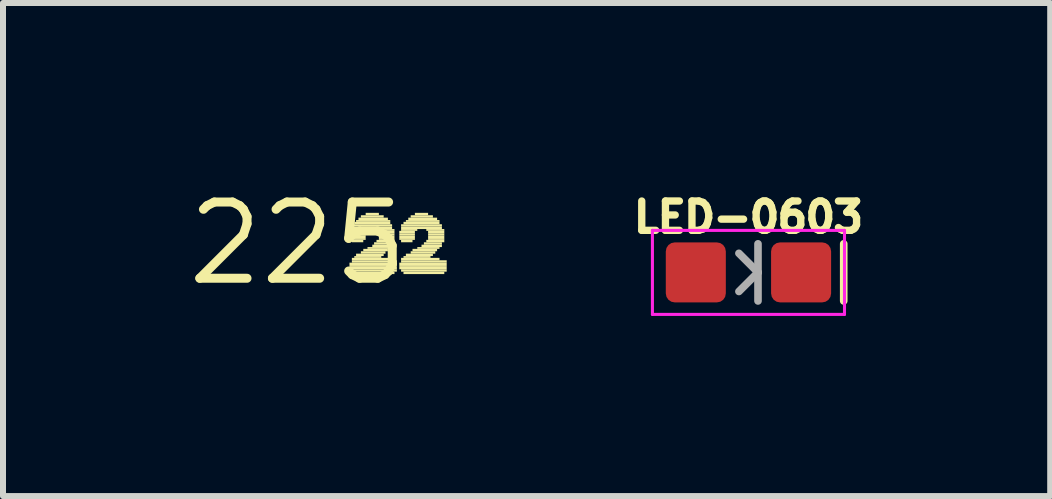
<source format=kicad_pcb>
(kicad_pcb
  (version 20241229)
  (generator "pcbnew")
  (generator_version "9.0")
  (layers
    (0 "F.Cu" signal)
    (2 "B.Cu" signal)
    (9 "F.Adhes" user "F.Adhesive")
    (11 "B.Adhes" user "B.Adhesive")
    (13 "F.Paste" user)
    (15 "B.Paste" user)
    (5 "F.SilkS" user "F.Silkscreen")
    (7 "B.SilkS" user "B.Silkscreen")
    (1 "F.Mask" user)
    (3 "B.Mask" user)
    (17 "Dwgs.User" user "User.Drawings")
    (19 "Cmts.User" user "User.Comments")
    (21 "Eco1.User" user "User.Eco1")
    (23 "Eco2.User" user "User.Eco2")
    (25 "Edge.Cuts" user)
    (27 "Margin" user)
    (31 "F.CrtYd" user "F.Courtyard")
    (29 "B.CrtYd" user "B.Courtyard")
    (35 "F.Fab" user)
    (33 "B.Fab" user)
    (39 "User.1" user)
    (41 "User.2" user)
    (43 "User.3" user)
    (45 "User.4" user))
  (footprint "225"
    (layer "F.Cu")
    (at 1.912 1.006)
    (property "Reference" "225" (at 0 0 0) (layer "F.SilkS") (effects (font (size 1.27 1.27) (thickness 0.15))))
    (fp_poly (pts (xy 0.86 -0.17) (xy 1.13 -0.17) (xy 1.13 -0.21) (xy 0.86 -0.21)) (stroke (width 0) (type default)) (fill yes) (layer "F.SilkS"))
    (fp_poly (pts (xy 0.86 -0.13) (xy 1.13 -0.13) (xy 1.13 -0.17) (xy 0.86 -0.17)) (stroke (width 0) (type default)) (fill yes) (layer "F.SilkS"))
    (fp_poly (pts (xy 0.86 -0.09) (xy 1.13 -0.09) (xy 1.13 -0.13) (xy 0.86 -0.13)) (stroke (width 0) (type default)) (fill yes) (layer "F.SilkS"))
    (fp_poly (pts (xy 0.86 -0.06) (xy 1.13 -0.06) (xy 1.13 -0.09) (xy 0.86 -0.09)) (stroke (width 0) (type default)) (fill yes) (layer "F.SilkS"))
    (fp_poly (pts (xy 0.86 0.36) (xy 1.65 0.36) (xy 1.65 0.32) (xy 0.86 0.32)) (stroke (width 0) (type default)) (fill yes) (layer "F.SilkS"))
    (fp_poly (pts (xy 0.86 0.39) (xy 1.65 0.39) (xy 1.65 0.36) (xy 0.86 0.36)) (stroke (width 0) (type default)) (fill yes) (layer "F.SilkS"))
    (fp_poly (pts (xy 0.86 0.43) (xy 1.65 0.43) (xy 1.65 0.39) (xy 0.86 0.39)) (stroke (width 0) (type default)) (fill yes) (layer "F.SilkS"))
    (fp_poly (pts (xy 0.9 -0.28) (xy 1.57 -0.28) (xy 1.57 -0.32) (xy 0.9 -0.32)) (stroke (width 0) (type default)) (fill yes) (layer "F.SilkS"))
    (fp_poly (pts (xy 0.9 -0.24) (xy 1.57 -0.24) (xy 1.57 -0.28) (xy 0.9 -0.28)) (stroke (width 0) (type default)) (fill yes) (layer "F.SilkS"))
    (fp_poly (pts (xy 0.9 -0.21) (xy 1.16 -0.21) (xy 1.16 -0.24) (xy 0.9 -0.24)) (stroke (width 0) (type default)) (fill yes) (layer "F.SilkS"))
    (fp_poly (pts (xy 0.9 -0.02) (xy 1.09 -0.02) (xy 1.09 -0.06) (xy 0.9 -0.06)) (stroke (width 0) (type default)) (fill yes) (layer "F.SilkS"))
    (fp_poly (pts (xy 0.9 0.28) (xy 1.54 0.28) (xy 1.54 0.24) (xy 0.9 0.24)) (stroke (width 0) (type default)) (fill yes) (layer "F.SilkS"))
    (fp_poly (pts (xy 0.9 0.32) (xy 1.65 0.32) (xy 1.65 0.28) (xy 0.9 0.28)) (stroke (width 0) (type default)) (fill yes) (layer "F.SilkS"))
    (fp_poly (pts (xy 0.9 0.47) (xy 1.65 0.47) (xy 1.65 0.43) (xy 0.9 0.43)) (stroke (width 0) (type default)) (fill yes) (layer "F.SilkS"))
    (fp_poly (pts (xy 0.94 -0.32) (xy 1.54 -0.32) (xy 1.54 -0.36) (xy 0.94 -0.36)) (stroke (width 0) (type default)) (fill yes) (layer "F.SilkS"))
    (fp_poly (pts (xy 0.94 0.24) (xy 1.39 0.24) (xy 1.39 0.21) (xy 0.94 0.21)) (stroke (width 0) (type default)) (fill yes) (layer "F.SilkS"))
    (fp_poly (pts (xy 0.94 0.51) (xy 1.61 0.51) (xy 1.61 0.47) (xy 0.94 0.47)) (stroke (width 0) (type default)) (fill yes) (layer "F.SilkS"))
    (fp_poly (pts (xy 0.97 -0.36) (xy 1.54 -0.36) (xy 1.54 -0.39) (xy 0.97 -0.39)) (stroke (width 0) (type default)) (fill yes) (layer "F.SilkS"))
    (fp_poly (pts (xy 0.97 0.21) (xy 1.43 0.21) (xy 1.43 0.17) (xy 0.97 0.17)) (stroke (width 0) (type default)) (fill yes) (layer "F.SilkS"))
    (fp_poly (pts (xy 1.01 -0.39) (xy 1.5 -0.39) (xy 1.5 -0.43) (xy 1.01 -0.43)) (stroke (width 0) (type default)) (fill yes) (layer "F.SilkS"))
    (fp_poly (pts (xy 1.05 -0.43) (xy 1.43 -0.43) (xy 1.43 -0.47) (xy 1.05 -0.47)) (stroke (width 0) (type default)) (fill yes) (layer "F.SilkS"))
    (fp_poly (pts (xy 1.05 0.17) (xy 1.46 0.17) (xy 1.46 0.13) (xy 1.05 0.13)) (stroke (width 0) (type default)) (fill yes) (layer "F.SilkS"))
    (fp_poly (pts (xy 1.09 0.13) (xy 1.5 0.13) (xy 1.5 0.09) (xy 1.09 0.09)) (stroke (width 0) (type default)) (fill yes) (layer "F.SilkS"))
    (fp_poly (pts (xy 1.13 -0.47) (xy 1.35 -0.47) (xy 1.35 -0.51) (xy 1.13 -0.51)) (stroke (width 0) (type default)) (fill yes) (layer "F.SilkS"))
    (fp_poly (pts (xy 1.16 0.09) (xy 1.54 0.09) (xy 1.54 0.06) (xy 1.16 0.06)) (stroke (width 0) (type default)) (fill yes) (layer "F.SilkS"))
    (fp_poly (pts (xy 1.24 0.06) (xy 1.57 0.06) (xy 1.57 0.02) (xy 1.24 0.02)) (stroke (width 0) (type default)) (fill yes) (layer "F.SilkS"))
    (fp_poly (pts (xy 1.27 0.02) (xy 1.57 0.02) (xy 1.57 -0.02) (xy 1.27 -0.02)) (stroke (width 0) (type default)) (fill yes) (layer "F.SilkS"))
    (fp_poly (pts (xy 1.31 -0.21) (xy 1.61 -0.21) (xy 1.61 -0.24) (xy 1.31 -0.24)) (stroke (width 0) (type default)) (fill yes) (layer "F.SilkS"))
    (fp_poly (pts (xy 1.31 -0.02) (xy 1.61 -0.02) (xy 1.61 -0.06) (xy 1.31 -0.06)) (stroke (width 0) (type default)) (fill yes) (layer "F.SilkS"))
    (fp_poly (pts (xy 1.35 -0.17) (xy 1.61 -0.17) (xy 1.61 -0.21) (xy 1.35 -0.21)) (stroke (width 0) (type default)) (fill yes) (layer "F.SilkS"))
    (fp_poly (pts (xy 1.35 -0.13) (xy 1.61 -0.13) (xy 1.61 -0.17) (xy 1.35 -0.17)) (stroke (width 0) (type default)) (fill yes) (layer "F.SilkS"))
    (fp_poly (pts (xy 1.35 -0.09) (xy 1.61 -0.09) (xy 1.61 -0.13) (xy 1.35 -0.13)) (stroke (width 0) (type default)) (fill yes) (layer "F.SilkS"))
    (fp_poly (pts (xy 1.35 -0.06) (xy 1.61 -0.06) (xy 1.61 -0.09) (xy 1.35 -0.09)) (stroke (width 0) (type default)) (fill yes) (layer "F.SilkS"))
    (fp_poly (pts (xy 1.69 -0.17) (xy 1.95 -0.17) (xy 1.95 -0.21) (xy 1.69 -0.21)) (stroke (width 0) (type default)) (fill yes) (layer "F.SilkS"))
    (fp_poly (pts (xy 1.69 -0.13) (xy 1.95 -0.13) (xy 1.95 -0.17) (xy 1.69 -0.17)) (stroke (width 0) (type default)) (fill yes) (layer "F.SilkS"))
    (fp_poly (pts (xy 1.69 -0.09) (xy 1.95 -0.09) (xy 1.95 -0.13) (xy 1.69 -0.13)) (stroke (width 0) (type default)) (fill yes) (layer "F.SilkS"))
    (fp_poly (pts (xy 1.69 -0.06) (xy 1.95 -0.06) (xy 1.95 -0.09) (xy 1.69 -0.09)) (stroke (width 0) (type default)) (fill yes) (layer "F.SilkS"))
    (fp_poly (pts (xy 1.69 0.36) (xy 2.48 0.36) (xy 2.48 0.32) (xy 1.69 0.32)) (stroke (width 0) (type default)) (fill yes) (layer "F.SilkS"))
    (fp_poly (pts (xy 1.69 0.39) (xy 2.48 0.39) (xy 2.48 0.36) (xy 1.69 0.36)) (stroke (width 0) (type default)) (fill yes) (layer "F.SilkS"))
    (fp_poly (pts (xy 1.69 0.43) (xy 2.48 0.43) (xy 2.48 0.39) (xy 1.69 0.39)) (stroke (width 0) (type default)) (fill yes) (layer "F.SilkS"))
    (fp_poly (pts (xy 1.72 -0.28) (xy 2.4 -0.28) (xy 2.4 -0.32) (xy 1.72 -0.32)) (stroke (width 0) (type default)) (fill yes) (layer "F.SilkS"))
    (fp_poly (pts (xy 1.72 -0.24) (xy 2.4 -0.24) (xy 2.4 -0.28) (xy 1.72 -0.28)) (stroke (width 0) (type default)) (fill yes) (layer "F.SilkS"))
    (fp_poly (pts (xy 1.72 -0.21) (xy 1.99 -0.21) (xy 1.99 -0.24) (xy 1.72 -0.24)) (stroke (width 0) (type default)) (fill yes) (layer "F.SilkS"))
    (fp_poly (pts (xy 1.72 -0.02) (xy 1.91 -0.02) (xy 1.91 -0.06) (xy 1.72 -0.06)) (stroke (width 0) (type default)) (fill yes) (layer "F.SilkS"))
    (fp_poly (pts (xy 1.72 0.28) (xy 2.36 0.28) (xy 2.36 0.24) (xy 1.72 0.24)) (stroke (width 0) (type default)) (fill yes) (layer "F.SilkS"))
    (fp_poly (pts (xy 1.72 0.32) (xy 2.48 0.32) (xy 2.48 0.28) (xy 1.72 0.28)) (stroke (width 0) (type default)) (fill yes) (layer "F.SilkS"))
    (fp_poly (pts (xy 1.72 0.47) (xy 2.48 0.47) (xy 2.48 0.43) (xy 1.72 0.43)) (stroke (width 0) (type default)) (fill yes) (layer "F.SilkS"))
    (fp_poly (pts (xy 1.76 -0.32) (xy 2.36 -0.32) (xy 2.36 -0.36) (xy 1.76 -0.36)) (stroke (width 0) (type default)) (fill yes) (layer "F.SilkS"))
    (fp_poly (pts (xy 1.76 0.24) (xy 2.21 0.24) (xy 2.21 0.21) (xy 1.76 0.21)) (stroke (width 0) (type default)) (fill yes) (layer "F.SilkS"))
    (fp_poly (pts (xy 1.76 0.51) (xy 2.44 0.51) (xy 2.44 0.47) (xy 1.76 0.47)) (stroke (width 0) (type default)) (fill yes) (layer "F.SilkS"))
    (fp_poly (pts (xy 1.8 -0.36) (xy 2.36 -0.36) (xy 2.36 -0.39) (xy 1.8 -0.39)) (stroke (width 0) (type default)) (fill yes) (layer "F.SilkS"))
    (fp_poly (pts (xy 1.8 0.21) (xy 2.25 0.21) (xy 2.25 0.17) (xy 1.8 0.17)) (stroke (width 0) (type default)) (fill yes) (layer "F.SilkS"))
    (fp_poly (pts (xy 1.84 -0.39) (xy 2.32 -0.39) (xy 2.32 -0.43) (xy 1.84 -0.43)) (stroke (width 0) (type default)) (fill yes) (layer "F.SilkS"))
    (fp_poly (pts (xy 1.88 -0.43) (xy 2.25 -0.43) (xy 2.25 -0.47) (xy 1.88 -0.47)) (stroke (width 0) (type default)) (fill yes) (layer "F.SilkS"))
    (fp_poly (pts (xy 1.88 0.17) (xy 2.29 0.17) (xy 2.29 0.13) (xy 1.88 0.13)) (stroke (width 0) (type default)) (fill yes) (layer "F.SilkS"))
    (fp_poly (pts (xy 1.91 0.13) (xy 2.32 0.13) (xy 2.32 0.09) (xy 1.91 0.09)) (stroke (width 0) (type default)) (fill yes) (layer "F.SilkS"))
    (fp_poly (pts (xy 1.95 -0.47) (xy 2.17 -0.47) (xy 2.17 -0.51) (xy 1.95 -0.51)) (stroke (width 0) (type default)) (fill yes) (layer "F.SilkS"))
    (fp_poly (pts (xy 1.99 0.09) (xy 2.36 0.09) (xy 2.36 0.06) (xy 1.99 0.06)) (stroke (width 0) (type default)) (fill yes) (layer "F.SilkS"))
    (fp_poly (pts (xy 2.06 0.06) (xy 2.4 0.06) (xy 2.4 0.02) (xy 2.06 0.02)) (stroke (width 0) (type default)) (fill yes) (layer "F.SilkS"))
    (fp_poly (pts (xy 2.1 0.02) (xy 2.4 0.02) (xy 2.4 -0.02) (xy 2.1 -0.02)) (stroke (width 0) (type default)) (fill yes) (layer "F.SilkS"))
    (fp_poly (pts (xy 2.14 -0.21) (xy 2.44 -0.21) (xy 2.44 -0.24) (xy 2.14 -0.24)) (stroke (width 0) (type default)) (fill yes) (layer "F.SilkS"))
    (fp_poly (pts (xy 2.14 -0.02) (xy 2.44 -0.02) (xy 2.44 -0.06) (xy 2.14 -0.06)) (stroke (width 0) (type default)) (fill yes) (layer "F.SilkS"))
    (fp_poly (pts (xy 2.17 -0.17) (xy 2.44 -0.17) (xy 2.44 -0.21) (xy 2.17 -0.21)) (stroke (width 0) (type default)) (fill yes) (layer "F.SilkS"))
    (fp_poly (pts (xy 2.17 -0.13) (xy 2.44 -0.13) (xy 2.44 -0.17) (xy 2.17 -0.17)) (stroke (width 0) (type default)) (fill yes) (layer "F.SilkS"))
    (fp_poly (pts (xy 2.17 -0.09) (xy 2.44 -0.09) (xy 2.44 -0.13) (xy 2.17 -0.13)) (stroke (width 0) (type default)) (fill yes) (layer "F.SilkS"))
    (fp_poly (pts (xy 2.17 -0.06) (xy 2.44 -0.06) (xy 2.44 -0.09) (xy 2.17 -0.09)) (stroke (width 0) (type default)) (fill yes) (layer "F.SilkS")))
  (footprint "LED-0603"
    (layer "F.Cu")
    (at 9.419 1.488)
    (property "Reference" "LED-0603" (at 0 -0.635 0) (layer "F.SilkS") (effects (font (size 0.488 0.488) (thickness 0.122)) (justify bottom)))
    (fp_line (start 1.587 -0.476) (end 1.587 0.476) (stroke (width 0.127) (type solid)) (layer "F.SilkS"))
    (fp_line (start -1.6 -0.7) (end 1.6 -0.7) (stroke (width 0.051) (type solid)) (layer "F.CrtYd"))
    (fp_line (start -1.6 0.7) (end -1.6 -0.7) (stroke (width 0.051) (type solid)) (layer "F.CrtYd"))
    (fp_line (start 1.6 -0.7) (end 1.6 0.7) (stroke (width 0.051) (type solid)) (layer "F.CrtYd"))
    (fp_line (start 1.6 0.7) (end -1.6 0.7) (stroke (width 0.051) (type solid)) (layer "F.CrtYd"))
    (fp_line (start 0.159 -0.476) (end 0.159 0) (stroke (width 0.127) (type solid)) (layer "F.Fab"))
    (fp_line (start 0.159 0) (end -0.159 -0.318) (stroke (width 0.127) (type solid)) (layer "F.Fab"))
    (fp_line (start 0.159 0) (end -0.159 0.318) (stroke (width 0.127) (type solid)) (layer "F.Fab"))
    (fp_line (start 0.159 0) (end 0.159 0.476) (stroke (width 0.127) (type solid)) (layer "F.Fab"))
    (pad "A" smd roundrect (at -0.877 0 270) (size 1 1) (layers "F.Cu" "F.Mask" "F.Paste") (roundrect_rratio 0.15))
    (pad "C" smd roundrect (at 0.877 0 270) (size 1 1) (layers "F.Cu" "F.Mask" "F.Paste") (roundrect_rratio 0.15)))
  (gr_rect
    (start -3 -3)
    (end 14.446 5.214)
    (stroke (width 0.1) (type default))
    (fill no)
    (layer "Edge.Cuts")))
</source>
